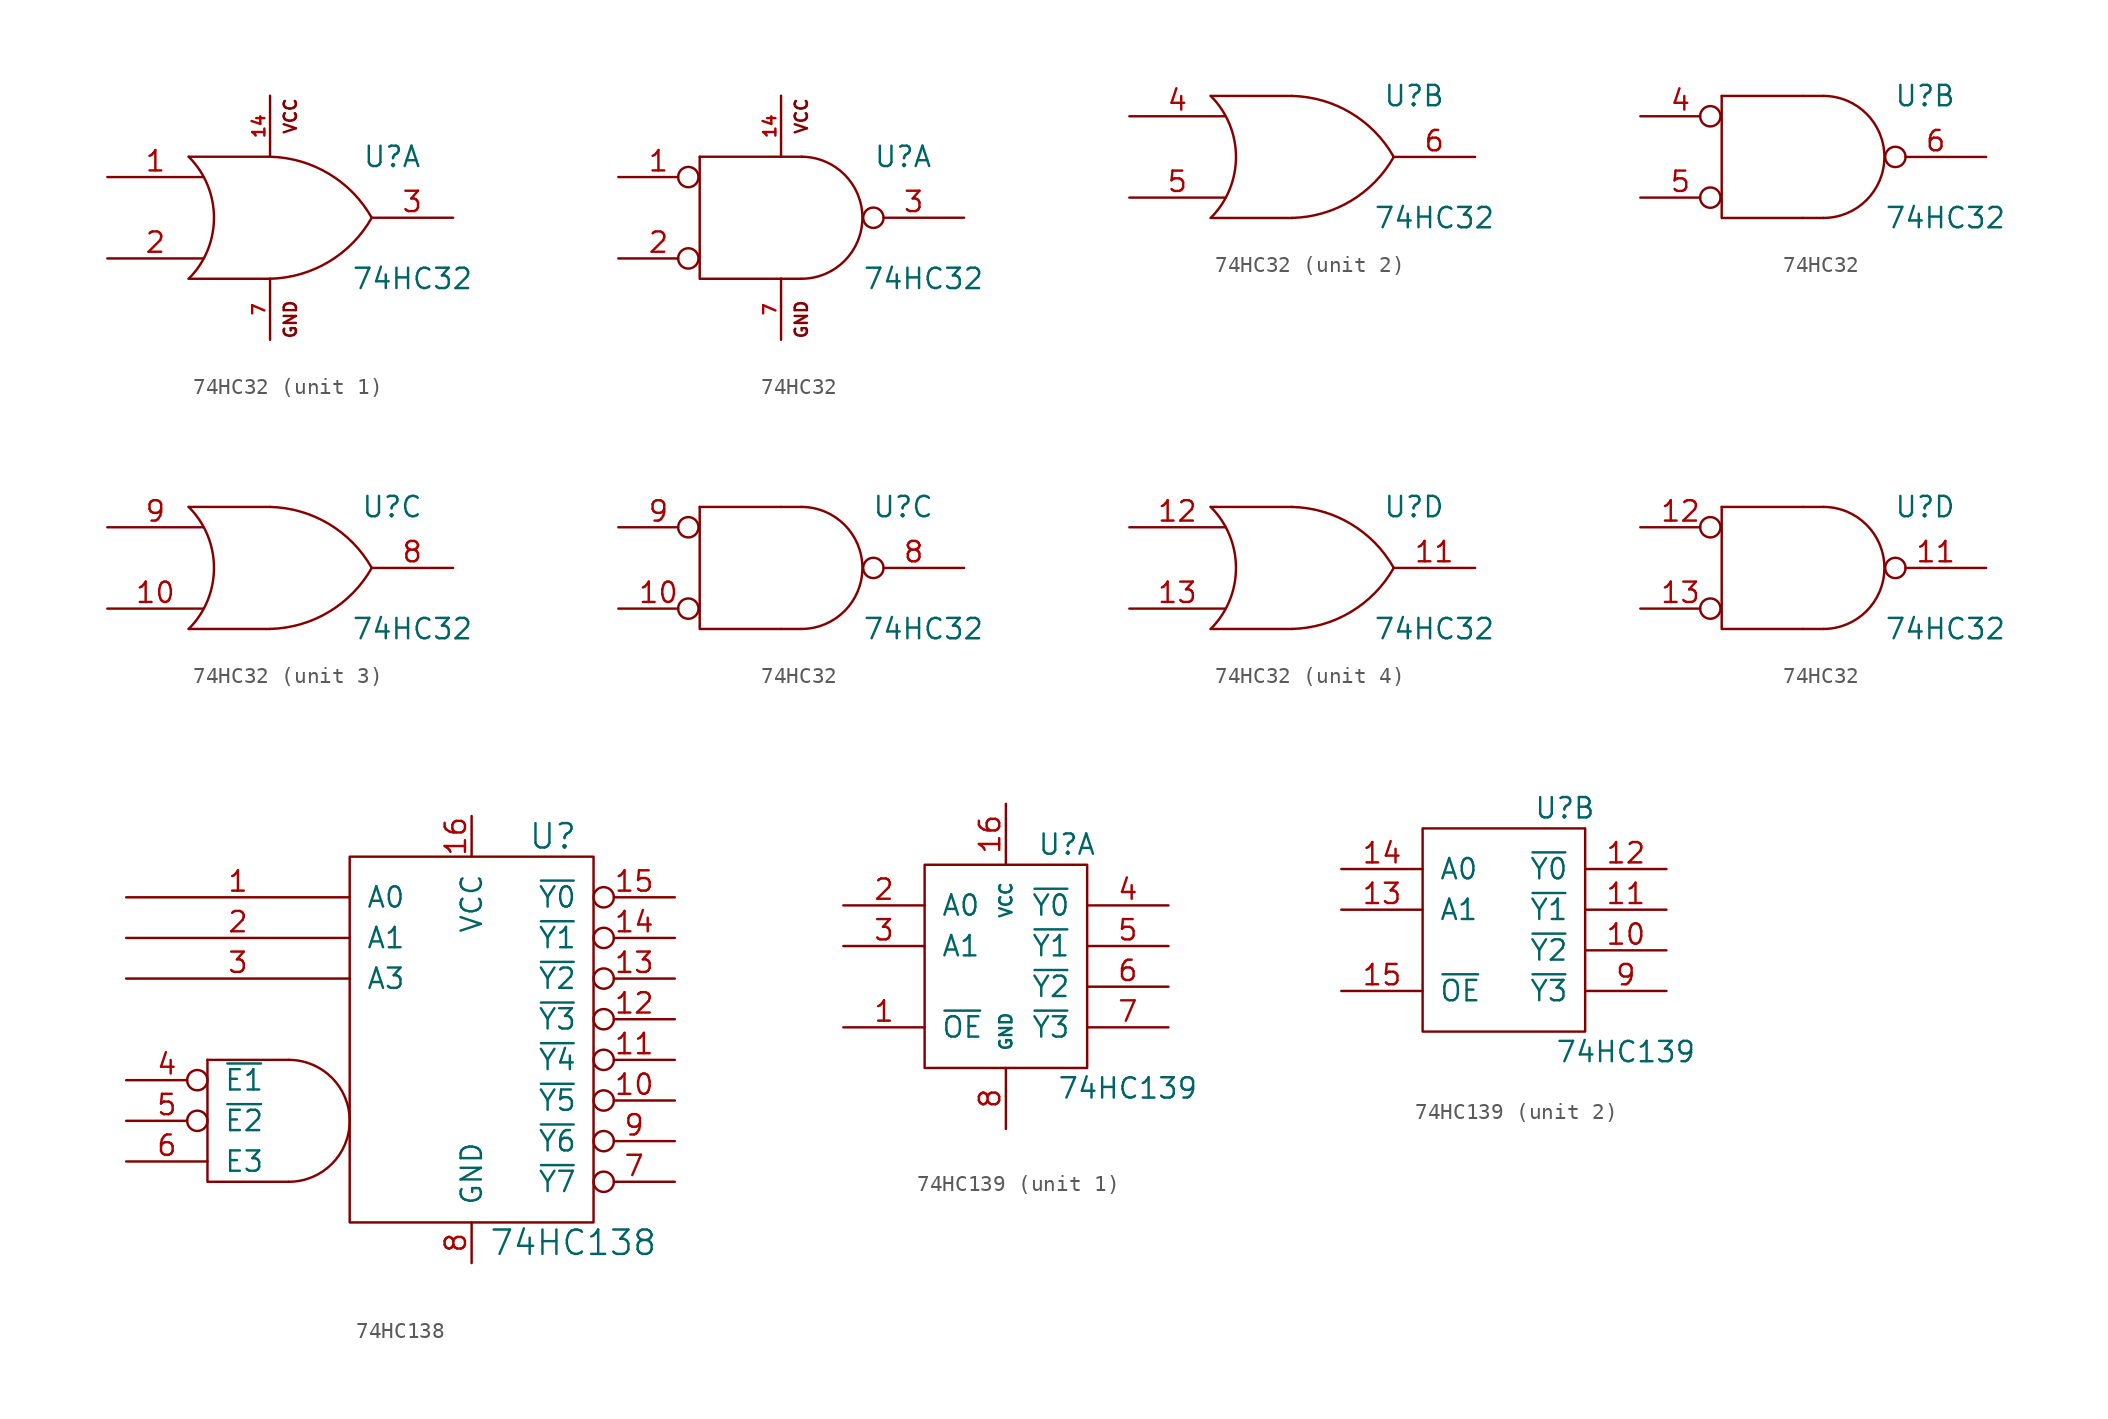
<source format=kicad_sym>
(kicad_symbol_lib
  (version 20211014)
  (generator kicad_symbol_editor)
  (symbol "74HC32"
    (pin_names
      (offset 0.762) hide)
    (property "Reference" "U"
      (at 7.62 3.81 0)
      (effects (font (size 1.27 1.27))))
    (property "Value" "74HC32"
      (at 8.89 -3.81 0)
      (effects (font (size 1.27 1.27))))
    (symbol "74HC32_1_0"
      (text "GND" (at 1.27 -6.35 900) (effects (font (size 0.762 0.762))))
      (text "VCC" (at 1.27 6.35 900) (effects (font (size 0.762 0.762))))
      (pin power_in line (at 0 7.62 270) (length 3.81) (name "VCC" (effects (font (size 1.27 1.27)))) (number "14" (effects (font (size 0.762 0.762)))))
      (pin power_in line (at 0 -7.62 90) (length 3.81) (name "GND" (effects (font (size 1.27 1.27)))) (number "7" (effects (font (size 0.762 0.762))))))
    (symbol "74HC32_1_1"
      (arc (start -5.08 -3.81) (mid -3.5018 0) (end -5.08 3.81) (stroke (width 0) (type default) (color 0 0 0 0)) (fill (type none)))
      (arc (start 0 -3.81) (mid 3.6784 -2.744) (end 6.35 0) (stroke (width 0) (type default) (color 0 0 0 0)) (fill (type none)))
      (polyline (pts (xy -5.08 -3.81) (xy 0 -3.81)) (stroke (width 0) (type default) (color 0 0 0 0)) (fill (type none)))
      (polyline (pts (xy -5.08 3.81) (xy 0 3.81)) (stroke (width 0) (type default) (color 0 0 0 0)) (fill (type none)))
      (arc (start 6.35 0) (mid 3.6784 2.744) (end 0 3.81) (stroke (width 0) (type default) (color 0 0 0 0)) (fill (type none)))
      (pin input line (at -10.16 2.54 0) (length 5.994) (name "~" (effects (font (size 1.27 1.27)))) (number "1" (effects (font (size 1.27 1.27)))))
      (pin input line (at -10.16 -2.54 0) (length 5.994) (name "~" (effects (font (size 1.27 1.27)))) (number "2" (effects (font (size 1.27 1.27)))))
      (pin output line (at 11.43 0 180) (length 5.105) (name "~" (effects (font (size 1.27 1.27)))) (number "3" (effects (font (size 1.27 1.27))))))
    (symbol "74HC32_1_2"
      (polyline (pts (xy -5.08 3.81) (xy 0 3.81)) (stroke (width 0) (type default) (color 0 0 0 0)) (fill (type none)))
      (polyline (pts (xy 0 -3.81) (xy 1.27 -3.81)) (stroke (width 0) (type default) (color 0 0 0 0)) (fill (type none)))
      (polyline (pts (xy 0 3.81) (xy 1.27 3.81)) (stroke (width 0) (type default) (color 0 0 0 0)) (fill (type none)))
      (polyline (pts (xy -5.08 3.81) (xy -5.08 -3.81) (xy 0 -3.81)) (stroke (width 0) (type default) (color 0 0 0 0)) (fill (type none)))
      (arc (start 1.27 -3.81) (mid 5.08 0) (end 1.27 3.81) (stroke (width 0) (type default) (color 0 0 0 0)) (fill (type none)))
      (pin input inverted (at -10.16 2.54 0) (length 5.004) (name "~" (effects (font (size 1.27 1.27)))) (number "1" (effects (font (size 1.27 1.27)))))
      (pin input inverted (at -10.16 -2.54 0) (length 5.004) (name "~" (effects (font (size 1.27 1.27)))) (number "2" (effects (font (size 1.27 1.27)))))
      (pin output inverted (at 11.43 0 180) (length 6.299) (name "~" (effects (font (size 1.27 1.27)))) (number "3" (effects (font (size 1.27 1.27))))))
    (symbol "74HC32_2_1"
      (arc (start -5.08 -3.81) (mid -3.5018 0) (end -5.08 3.81) (stroke (width 0) (type default) (color 0 0 0 0)) (fill (type none)))
      (arc (start 0 -3.81) (mid 3.6784 -2.744) (end 6.35 0) (stroke (width 0) (type default) (color 0 0 0 0)) (fill (type none)))
      (polyline (pts (xy -5.08 -3.81) (xy 0 -3.81)) (stroke (width 0) (type default) (color 0 0 0 0)) (fill (type none)))
      (polyline (pts (xy -5.08 3.81) (xy 0 3.81)) (stroke (width 0) (type default) (color 0 0 0 0)) (fill (type none)))
      (arc (start 6.35 0) (mid 3.6784 2.744) (end 0 3.81) (stroke (width 0) (type default) (color 0 0 0 0)) (fill (type none)))
      (pin input line (at -10.16 2.54 0) (length 5.994) (name "~" (effects (font (size 1.27 1.27)))) (number "4" (effects (font (size 1.27 1.27)))))
      (pin input line (at -10.16 -2.54 0) (length 5.994) (name "~" (effects (font (size 1.27 1.27)))) (number "5" (effects (font (size 1.27 1.27)))))
      (pin output line (at 11.43 0 180) (length 5.105) (name "~" (effects (font (size 1.27 1.27)))) (number "6" (effects (font (size 1.27 1.27))))))
    (symbol "74HC32_2_2"
      (polyline (pts (xy -5.08 3.81) (xy 0 3.81)) (stroke (width 0) (type default) (color 0 0 0 0)) (fill (type none)))
      (polyline (pts (xy 0 -3.81) (xy 1.27 -3.81)) (stroke (width 0) (type default) (color 0 0 0 0)) (fill (type none)))
      (polyline (pts (xy 0 3.81) (xy 1.27 3.81)) (stroke (width 0) (type default) (color 0 0 0 0)) (fill (type none)))
      (polyline (pts (xy -5.08 3.81) (xy -5.08 -3.81) (xy 0 -3.81)) (stroke (width 0) (type default) (color 0 0 0 0)) (fill (type none)))
      (arc (start 1.27 -3.81) (mid 5.08 0) (end 1.27 3.81) (stroke (width 0) (type default) (color 0 0 0 0)) (fill (type none)))
      (pin input inverted (at -10.16 2.54 0) (length 5.004) (name "~" (effects (font (size 1.27 1.27)))) (number "4" (effects (font (size 1.27 1.27)))))
      (pin input inverted (at -10.16 -2.54 0) (length 5.004) (name "~" (effects (font (size 1.27 1.27)))) (number "5" (effects (font (size 1.27 1.27)))))
      (pin output inverted (at 11.43 0 180) (length 6.299) (name "~" (effects (font (size 1.27 1.27)))) (number "6" (effects (font (size 1.27 1.27))))))
    (symbol "74HC32_3_1"
      (arc (start -5.08 -3.81) (mid -3.5018 0) (end -5.08 3.81) (stroke (width 0) (type default) (color 0 0 0 0)) (fill (type none)))
      (arc (start 0 -3.81) (mid 3.6784 -2.744) (end 6.35 0) (stroke (width 0) (type default) (color 0 0 0 0)) (fill (type none)))
      (polyline (pts (xy -5.08 -3.81) (xy 0 -3.81)) (stroke (width 0) (type default) (color 0 0 0 0)) (fill (type none)))
      (polyline (pts (xy -5.08 3.81) (xy 0 3.81)) (stroke (width 0) (type default) (color 0 0 0 0)) (fill (type none)))
      (arc (start 6.35 0) (mid 3.6784 2.744) (end 0 3.81) (stroke (width 0) (type default) (color 0 0 0 0)) (fill (type none)))
      (pin input line (at -10.16 -2.54 0) (length 5.994) (name "~" (effects (font (size 1.27 1.27)))) (number "10" (effects (font (size 1.27 1.27)))))
      (pin output line (at 11.43 0 180) (length 5.105) (name "~" (effects (font (size 1.27 1.27)))) (number "8" (effects (font (size 1.27 1.27)))))
      (pin input line (at -10.16 2.54 0) (length 5.994) (name "~" (effects (font (size 1.27 1.27)))) (number "9" (effects (font (size 1.27 1.27))))))
    (symbol "74HC32_3_2"
      (polyline (pts (xy -5.08 3.81) (xy 0 3.81)) (stroke (width 0) (type default) (color 0 0 0 0)) (fill (type none)))
      (polyline (pts (xy 0 -3.81) (xy 1.27 -3.81)) (stroke (width 0) (type default) (color 0 0 0 0)) (fill (type none)))
      (polyline (pts (xy 0 3.81) (xy 1.27 3.81)) (stroke (width 0) (type default) (color 0 0 0 0)) (fill (type none)))
      (polyline (pts (xy -5.08 3.81) (xy -5.08 -3.81) (xy 0 -3.81)) (stroke (width 0) (type default) (color 0 0 0 0)) (fill (type none)))
      (arc (start 1.27 -3.81) (mid 5.08 0) (end 1.27 3.81) (stroke (width 0) (type default) (color 0 0 0 0)) (fill (type none)))
      (pin input inverted (at -10.16 -2.54 0) (length 5.004) (name "~" (effects (font (size 1.27 1.27)))) (number "10" (effects (font (size 1.27 1.27)))))
      (pin output inverted (at 11.43 0 180) (length 6.299) (name "~" (effects (font (size 1.27 1.27)))) (number "8" (effects (font (size 1.27 1.27)))))
      (pin input inverted (at -10.16 2.54 0) (length 5.004) (name "~" (effects (font (size 1.27 1.27)))) (number "9" (effects (font (size 1.27 1.27))))))
    (symbol "74HC32_4_1"
      (arc (start -5.08 -3.81) (mid -3.5018 0) (end -5.08 3.81) (stroke (width 0) (type default) (color 0 0 0 0)) (fill (type none)))
      (arc (start 0 -3.81) (mid 3.6784 -2.744) (end 6.35 0) (stroke (width 0) (type default) (color 0 0 0 0)) (fill (type none)))
      (polyline (pts (xy -5.08 -3.81) (xy 0 -3.81)) (stroke (width 0) (type default) (color 0 0 0 0)) (fill (type none)))
      (polyline (pts (xy -5.08 3.81) (xy 0 3.81)) (stroke (width 0) (type default) (color 0 0 0 0)) (fill (type none)))
      (arc (start 6.35 0) (mid 3.6784 2.744) (end 0 3.81) (stroke (width 0) (type default) (color 0 0 0 0)) (fill (type none)))
      (pin output line (at 11.43 0 180) (length 5.105) (name "~" (effects (font (size 1.27 1.27)))) (number "11" (effects (font (size 1.27 1.27)))))
      (pin input line (at -10.16 2.54 0) (length 5.994) (name "~" (effects (font (size 1.27 1.27)))) (number "12" (effects (font (size 1.27 1.27)))))
      (pin input line (at -10.16 -2.54 0) (length 5.994) (name "~" (effects (font (size 1.27 1.27)))) (number "13" (effects (font (size 1.27 1.27))))))
    (symbol "74HC32_4_2"
      (polyline (pts (xy -5.08 3.81) (xy 0 3.81)) (stroke (width 0) (type default) (color 0 0 0 0)) (fill (type none)))
      (polyline (pts (xy 0 -3.81) (xy 1.27 -3.81)) (stroke (width 0) (type default) (color 0 0 0 0)) (fill (type none)))
      (polyline (pts (xy 0 3.81) (xy 1.27 3.81)) (stroke (width 0) (type default) (color 0 0 0 0)) (fill (type none)))
      (polyline (pts (xy -5.08 3.81) (xy -5.08 -3.81) (xy 0 -3.81)) (stroke (width 0) (type default) (color 0 0 0 0)) (fill (type none)))
      (arc (start 1.27 -3.81) (mid 5.08 0) (end 1.27 3.81) (stroke (width 0) (type default) (color 0 0 0 0)) (fill (type none)))
      (pin output inverted (at 11.43 0 180) (length 6.299) (name "~" (effects (font (size 1.27 1.27)))) (number "11" (effects (font (size 1.27 1.27)))))
      (pin input inverted (at -10.16 2.54 0) (length 5.004) (name "~" (effects (font (size 1.27 1.27)))) (number "12" (effects (font (size 1.27 1.27)))))
      (pin input inverted (at -10.16 -2.54 0) (length 5.004) (name "~" (effects (font (size 1.27 1.27)))) (number "13" (effects (font (size 1.27 1.27)))))))
  (symbol "74HC138"
    (pin_names
      (offset 1.016))
    (property "Reference" "U"
      (at 5.08 12.7 0)
      (effects (font (size 1.524 1.524))))
    (property "Value" "74HC138"
      (at 6.35 -12.7 0)
      (effects (font (size 1.524 1.524))))
    (symbol "74HC138_0_1"
      (arc (start -11.43 -8.89) (mid -7.62 -5.08) (end -11.43 -1.27) (stroke (width 0) (type default) (color 0 0 0 0)) (fill (type none)))
      (rectangle (start -7.62 11.43) (end 7.62 -11.43) (stroke (width 0) (type default) (color 0 0 0 0)) (fill (type none)))
      (polyline (pts (xy -16.51 -1.27) (xy -11.43 -1.27)) (stroke (width 0) (type default) (color 0 0 0 0)) (fill (type none)))
      (polyline (pts (xy -16.51 -1.27) (xy -16.51 -8.89) (xy -11.43 -8.89)) (stroke (width 0) (type default) (color 0 0 0 0)) (fill (type none))))
    (symbol "74HC138_1_1"
      (pin input line (at -21.59 8.89 0) (length 13.97) (name "A0" (effects (font (size 1.27 1.27)))) (number "1" (effects (font (size 1.27 1.27)))))
      (pin output inverted (at 12.7 -3.81 180) (length 5.08) (name "~{Y5}" (effects (font (size 1.27 1.27)))) (number "10" (effects (font (size 1.27 1.27)))))
      (pin output inverted (at 12.7 -1.27 180) (length 5.08) (name "~{Y4}" (effects (font (size 1.27 1.27)))) (number "11" (effects (font (size 1.27 1.27)))))
      (pin output inverted (at 12.7 1.27 180) (length 5.08) (name "~{Y3}" (effects (font (size 1.27 1.27)))) (number "12" (effects (font (size 1.27 1.27)))))
      (pin output inverted (at 12.7 3.81 180) (length 5.08) (name "~{Y2}" (effects (font (size 1.27 1.27)))) (number "13" (effects (font (size 1.27 1.27)))))
      (pin output inverted (at 12.7 6.35 180) (length 5.08) (name "~{Y1}" (effects (font (size 1.27 1.27)))) (number "14" (effects (font (size 1.27 1.27)))))
      (pin output inverted (at 12.7 8.89 180) (length 5.08) (name "~{Y0}" (effects (font (size 1.27 1.27)))) (number "15" (effects (font (size 1.27 1.27)))))
      (pin power_in line (at 0 13.97 270) (length 2.54) (name "VCC" (effects (font (size 1.27 1.27)))) (number "16" (effects (font (size 1.27 1.27)))))
      (pin input line (at -21.59 6.35 0) (length 13.97) (name "A1" (effects (font (size 1.27 1.27)))) (number "2" (effects (font (size 1.27 1.27)))))
      (pin input line (at -21.59 3.81 0) (length 13.97) (name "A3" (effects (font (size 1.27 1.27)))) (number "3" (effects (font (size 1.27 1.27)))))
      (pin input inverted (at -21.59 -2.54 0) (length 5.08) (name "~{E1}" (effects (font (size 1.27 1.27)))) (number "4" (effects (font (size 1.27 1.27)))))
      (pin input inverted (at -21.59 -5.08 0) (length 5.08) (name "~{E2}" (effects (font (size 1.27 1.27)))) (number "5" (effects (font (size 1.27 1.27)))))
      (pin input line (at -21.59 -7.62 0) (length 5.08) (name "E3" (effects (font (size 1.27 1.27)))) (number "6" (effects (font (size 1.27 1.27)))))
      (pin output inverted (at 12.7 -8.89 180) (length 5.08) (name "~{Y7}" (effects (font (size 1.27 1.27)))) (number "7" (effects (font (size 1.27 1.27)))))
      (pin power_in line (at 0 -13.97 90) (length 2.54) (name "GND" (effects (font (size 1.27 1.27)))) (number "8" (effects (font (size 1.27 1.27)))))
      (pin output inverted (at 12.7 -6.35 180) (length 5.08) (name "~{Y6}" (effects (font (size 1.27 1.27)))) (number "9" (effects (font (size 1.27 1.27)))))))
  (symbol "74HC139"
    (pin_names
      (offset 1.016))
    (property "Reference" "U"
      (at 3.81 7.62 0)
      (effects (font (size 1.27 1.27))))
    (property "Value" "74HC139"
      (at 7.62 -7.62 0)
      (effects (font (size 1.27 1.27))))
    (symbol "74HC139_1_0"
      (pin power_in line (at 0 10.16 270) (length 3.81) (name "VCC" (effects (font (size 0.762 0.762)))) (number "16" (effects (font (size 1.27 1.27)))))
      (pin power_in line (at 0 -10.16 90) (length 3.81) (name "GND" (effects (font (size 0.762 0.762)))) (number "8" (effects (font (size 1.27 1.27))))))
    (symbol "74HC139_1_1"
      (rectangle (start -5.08 6.35) (end 5.08 -6.35) (stroke (width 0) (type default) (color 0 0 0 0)) (fill (type none)))
      (pin input line (at -10.16 -3.81 0) (length 5.08) (name "~{OE}" (effects (font (size 1.27 1.27)))) (number "1" (effects (font (size 1.27 1.27)))))
      (pin input line (at -10.16 3.81 0) (length 5.08) (name "A0" (effects (font (size 1.27 1.27)))) (number "2" (effects (font (size 1.27 1.27)))))
      (pin input line (at -10.16 1.27 0) (length 5.08) (name "A1" (effects (font (size 1.27 1.27)))) (number "3" (effects (font (size 1.27 1.27)))))
      (pin output line (at 10.16 3.81 180) (length 5.08) (name "~{Y0}" (effects (font (size 1.27 1.27)))) (number "4" (effects (font (size 1.27 1.27)))))
      (pin output line (at 10.16 1.27 180) (length 5.08) (name "~{Y1}" (effects (font (size 1.27 1.27)))) (number "5" (effects (font (size 1.27 1.27)))))
      (pin output line (at 10.16 -1.27 180) (length 5.08) (name "~{Y2}" (effects (font (size 1.27 1.27)))) (number "6" (effects (font (size 1.27 1.27)))))
      (pin output line (at 10.16 -3.81 180) (length 5.08) (name "~{Y3}" (effects (font (size 1.27 1.27)))) (number "7" (effects (font (size 1.27 1.27))))))
    (symbol "74HC139_2_1"
      (rectangle (start -5.08 6.35) (end 5.08 -6.35) (stroke (width 0) (type default) (color 0 0 0 0)) (fill (type none)))
      (pin output line (at 10.16 -1.27 180) (length 5.08) (name "~{Y2}" (effects (font (size 1.27 1.27)))) (number "10" (effects (font (size 1.27 1.27)))))
      (pin output line (at 10.16 1.27 180) (length 5.08) (name "~{Y1}" (effects (font (size 1.27 1.27)))) (number "11" (effects (font (size 1.27 1.27)))))
      (pin output line (at 10.16 3.81 180) (length 5.08) (name "~{Y0}" (effects (font (size 1.27 1.27)))) (number "12" (effects (font (size 1.27 1.27)))))
      (pin input line (at -10.16 1.27 0) (length 5.08) (name "A1" (effects (font (size 1.27 1.27)))) (number "13" (effects (font (size 1.27 1.27)))))
      (pin input line (at -10.16 3.81 0) (length 5.08) (name "A0" (effects (font (size 1.27 1.27)))) (number "14" (effects (font (size 1.27 1.27)))))
      (pin input line (at -10.16 -3.81 0) (length 5.08) (name "~{OE}" (effects (font (size 1.27 1.27)))) (number "15" (effects (font (size 1.27 1.27)))))
      (pin output line (at 10.16 -3.81 180) (length 5.08) (name "~{Y3}" (effects (font (size 1.27 1.27)))) (number "9" (effects (font (size 1.27 1.27))))))))
</source>
